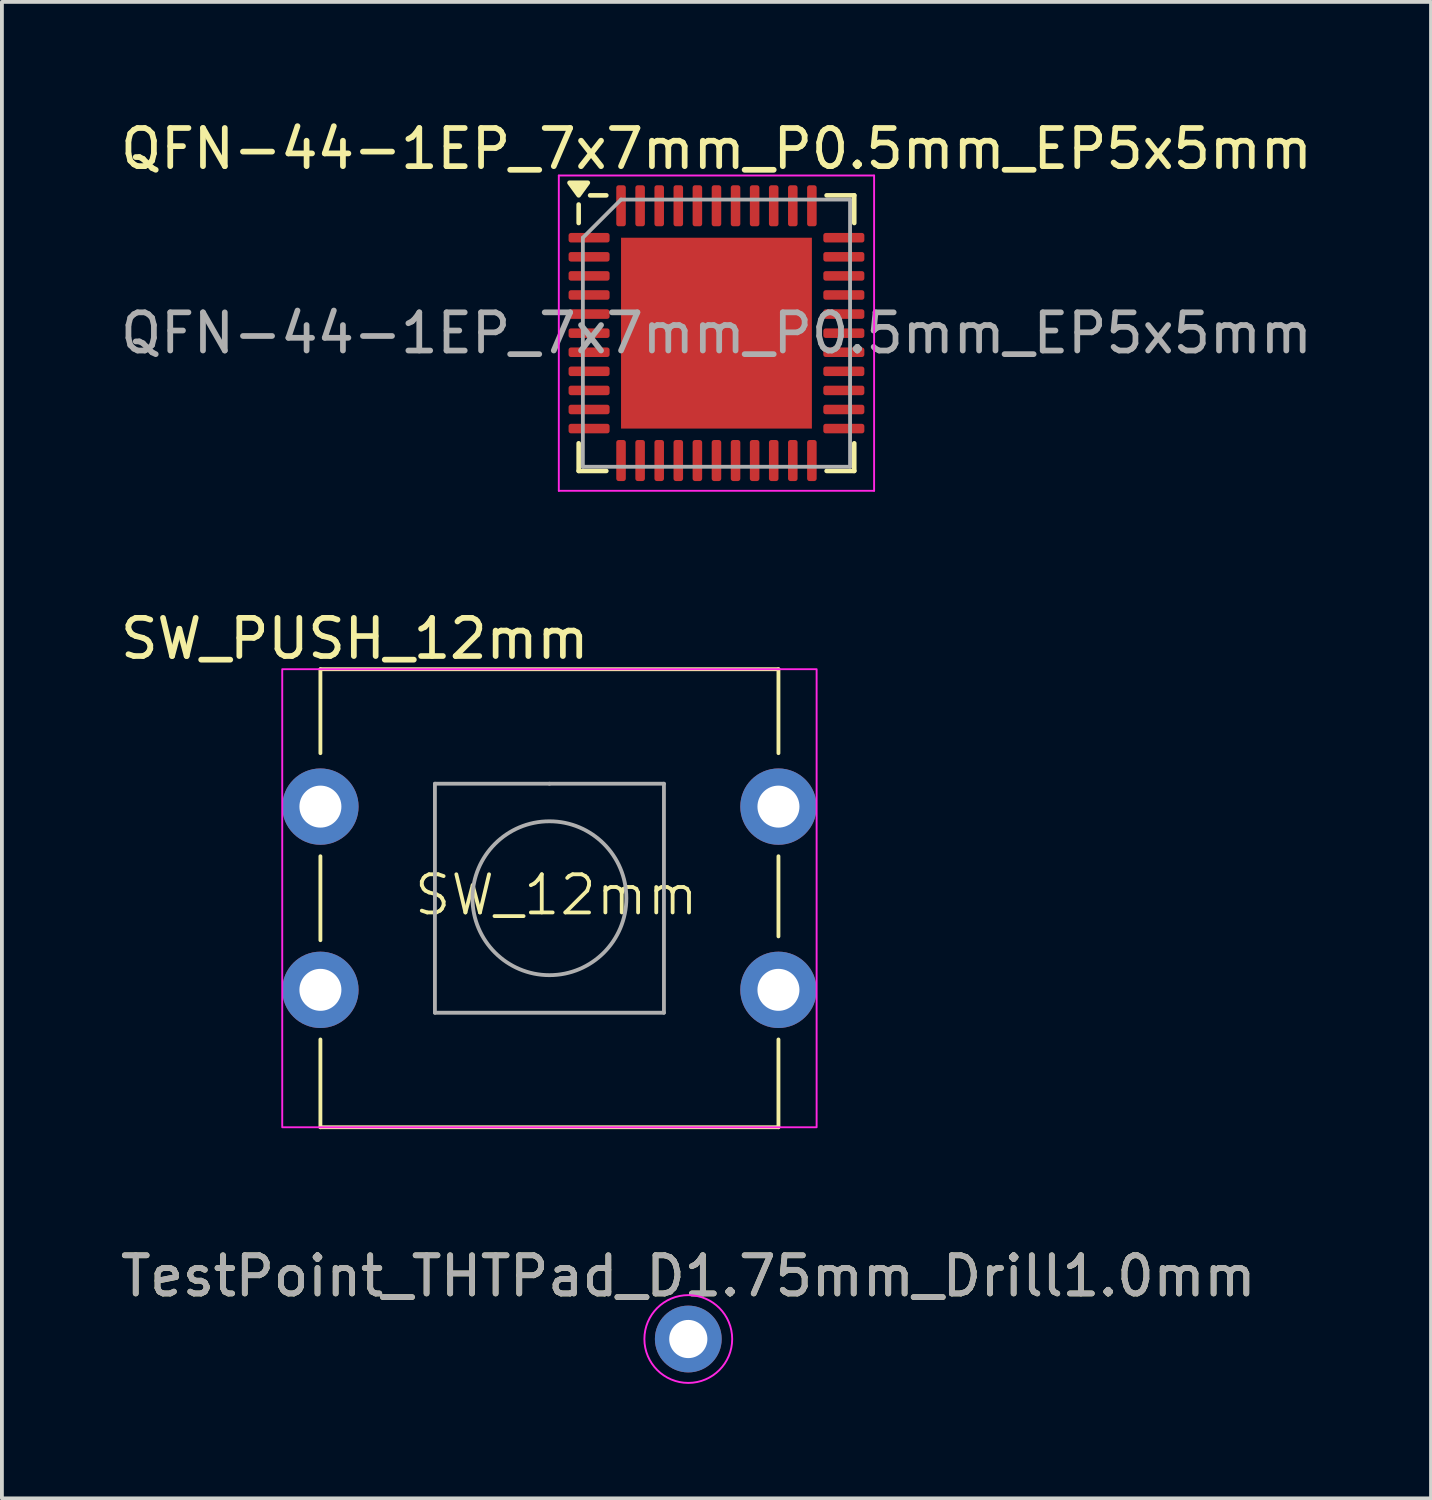
<source format=kicad_pcb>
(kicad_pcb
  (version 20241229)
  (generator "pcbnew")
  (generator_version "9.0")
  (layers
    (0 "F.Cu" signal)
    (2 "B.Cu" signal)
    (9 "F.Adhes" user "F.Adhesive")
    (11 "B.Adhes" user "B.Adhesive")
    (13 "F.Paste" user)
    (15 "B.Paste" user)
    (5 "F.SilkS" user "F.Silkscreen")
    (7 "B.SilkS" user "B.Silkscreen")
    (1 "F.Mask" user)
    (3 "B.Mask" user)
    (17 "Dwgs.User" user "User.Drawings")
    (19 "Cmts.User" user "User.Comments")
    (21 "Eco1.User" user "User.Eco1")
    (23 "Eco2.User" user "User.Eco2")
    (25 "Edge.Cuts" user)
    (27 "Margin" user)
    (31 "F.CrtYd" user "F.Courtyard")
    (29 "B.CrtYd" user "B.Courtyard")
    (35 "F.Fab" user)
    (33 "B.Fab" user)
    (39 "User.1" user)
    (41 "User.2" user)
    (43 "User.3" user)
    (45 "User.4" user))
  (footprint "TestPoint_THTPad_D1.75mm_Drill1.0mm"
    (layer "F.Cu")
    (at 14.982 32.03)
    (property "Reference" "TestPoint_THTPad_D1.75mm_Drill1.0mm" (at 0 -1.648 0) (layer "F.SilkS") (effects (font (size 1 1) (thickness 0.15))))
    (attr exclude_from_pos_files exclude_from_bom)
    (fp_circle (center 0 0) (end 1.15 0) (stroke (width 0.05) (type solid)) (fill no) (layer "F.CrtYd"))
    (fp_text user "${REFERENCE}" (at 0 -1.65 0) (layer "F.Fab") (effects (font (size 1 1) (thickness 0.15))))
    (pad "1" thru_hole circle (at 0 0) (size 1.75 1.75) (drill 1) (layers "*.Cu" "*.Mask")))
  (footprint "QFN-44-1EP_7x7mm_P0.5mm_EP5x5mm"
    (layer "F.Cu")
    (at 15.72 5.678)
    (property "Reference" "QFN-44-1EP_7x7mm_P0.5mm_EP5x5mm" (at 0 -4.83 0) (layer "F.SilkS") (effects (font (size 1 1) (thickness 0.15))))
    (attr smd)
    (fp_line (start -3.61 -2.885) (end -3.61 -3.37) (stroke (width 0.12) (type solid)) (layer "F.SilkS"))
    (fp_line (start -3.61 3.61) (end -3.61 2.885) (stroke (width 0.12) (type solid)) (layer "F.SilkS"))
    (fp_line (start -2.885 -3.61) (end -3.31 -3.61) (stroke (width 0.12) (type solid)) (layer "F.SilkS"))
    (fp_line (start -2.885 3.61) (end -3.61 3.61) (stroke (width 0.12) (type solid)) (layer "F.SilkS"))
    (fp_line (start 2.885 -3.61) (end 3.61 -3.61) (stroke (width 0.12) (type solid)) (layer "F.SilkS"))
    (fp_line (start 2.885 3.61) (end 3.61 3.61) (stroke (width 0.12) (type solid)) (layer "F.SilkS"))
    (fp_line (start 3.61 -3.61) (end 3.61 -2.885) (stroke (width 0.12) (type solid)) (layer "F.SilkS"))
    (fp_line (start 3.61 3.61) (end 3.61 2.885) (stroke (width 0.12) (type solid)) (layer "F.SilkS"))
    (fp_poly (pts (xy -3.61 -3.61) (xy -3.85 -3.94) (xy -3.37 -3.94) (xy -3.61 -3.61)) (stroke (width 0.12) (type solid)) (fill yes) (layer "F.SilkS"))
    (fp_line (start -4.13 -4.13) (end -4.13 4.13) (stroke (width 0.05) (type solid)) (layer "F.CrtYd"))
    (fp_line (start -4.13 4.13) (end 4.13 4.13) (stroke (width 0.05) (type solid)) (layer "F.CrtYd"))
    (fp_line (start 4.13 -4.13) (end -4.13 -4.13) (stroke (width 0.05) (type solid)) (layer "F.CrtYd"))
    (fp_line (start 4.13 4.13) (end 4.13 -4.13) (stroke (width 0.05) (type solid)) (layer "F.CrtYd"))
    (fp_line (start -3.5 -2.5) (end -2.5 -3.5) (stroke (width 0.1) (type solid)) (layer "F.Fab"))
    (fp_line (start -3.5 3.5) (end -3.5 -2.5) (stroke (width 0.1) (type solid)) (layer "F.Fab"))
    (fp_line (start -2.5 -3.5) (end 3.5 -3.5) (stroke (width 0.1) (type solid)) (layer "F.Fab"))
    (fp_line (start 3.5 -3.5) (end 3.5 3.5) (stroke (width 0.1) (type solid)) (layer "F.Fab"))
    (fp_line (start 3.5 3.5) (end -3.5 3.5) (stroke (width 0.1) (type solid)) (layer "F.Fab"))
    (fp_text user "${REFERENCE}" (at 0 0 0) (layer "F.Fab") (effects (font (size 1 1) (thickness 0.15))))
    (pad "1" smd roundrect (at -3.337 -2.5) (size 1.075 0.25) (layers "F.Cu" "F.Mask" "F.Paste") (roundrect_rratio 0.25))
    (pad "2" smd roundrect (at -3.337 -2) (size 1.075 0.25) (layers "F.Cu" "F.Mask" "F.Paste") (roundrect_rratio 0.25))
    (pad "3" smd roundrect (at -3.337 -1.5) (size 1.075 0.25) (layers "F.Cu" "F.Mask" "F.Paste") (roundrect_rratio 0.25))
    (pad "4" smd roundrect (at -3.337 -1) (size 1.075 0.25) (layers "F.Cu" "F.Mask" "F.Paste") (roundrect_rratio 0.25))
    (pad "5" smd roundrect (at -3.337 -0.5) (size 1.075 0.25) (layers "F.Cu" "F.Mask" "F.Paste") (roundrect_rratio 0.25))
    (pad "6" smd roundrect (at -3.337 0) (size 1.075 0.25) (layers "F.Cu" "F.Mask" "F.Paste") (roundrect_rratio 0.25))
    (pad "7" smd roundrect (at -3.337 0.5) (size 1.075 0.25) (layers "F.Cu" "F.Mask" "F.Paste") (roundrect_rratio 0.25))
    (pad "8" smd roundrect (at -3.337 1) (size 1.075 0.25) (layers "F.Cu" "F.Mask" "F.Paste") (roundrect_rratio 0.25))
    (pad "9" smd roundrect (at -3.337 1.5) (size 1.075 0.25) (layers "F.Cu" "F.Mask" "F.Paste") (roundrect_rratio 0.25))
    (pad "10" smd roundrect (at -3.337 2) (size 1.075 0.25) (layers "F.Cu" "F.Mask" "F.Paste") (roundrect_rratio 0.25))
    (pad "11" smd roundrect (at -3.337 2.5) (size 1.075 0.25) (layers "F.Cu" "F.Mask" "F.Paste") (roundrect_rratio 0.25))
    (pad "12" smd roundrect (at -2.5 3.337) (size 0.25 1.075) (layers "F.Cu" "F.Mask" "F.Paste") (roundrect_rratio 0.25))
    (pad "13" smd roundrect (at -2 3.337) (size 0.25 1.075) (layers "F.Cu" "F.Mask" "F.Paste") (roundrect_rratio 0.25))
    (pad "14" smd roundrect (at -1.5 3.337) (size 0.25 1.075) (layers "F.Cu" "F.Mask" "F.Paste") (roundrect_rratio 0.25))
    (pad "15" smd roundrect (at -1 3.337) (size 0.25 1.075) (layers "F.Cu" "F.Mask" "F.Paste") (roundrect_rratio 0.25))
    (pad "16" smd roundrect (at -0.5 3.337) (size 0.25 1.075) (layers "F.Cu" "F.Mask" "F.Paste") (roundrect_rratio 0.25))
    (pad "17" smd roundrect (at 0 3.337) (size 0.25 1.075) (layers "F.Cu" "F.Mask" "F.Paste") (roundrect_rratio 0.25))
    (pad "18" smd roundrect (at 0.5 3.337) (size 0.25 1.075) (layers "F.Cu" "F.Mask" "F.Paste") (roundrect_rratio 0.25))
    (pad "19" smd roundrect (at 1 3.337) (size 0.25 1.075) (layers "F.Cu" "F.Mask" "F.Paste") (roundrect_rratio 0.25))
    (pad "20" smd roundrect (at 1.5 3.337) (size 0.25 1.075) (layers "F.Cu" "F.Mask" "F.Paste") (roundrect_rratio 0.25))
    (pad "21" smd roundrect (at 2 3.337) (size 0.25 1.075) (layers "F.Cu" "F.Mask" "F.Paste") (roundrect_rratio 0.25))
    (pad "22" smd roundrect (at 2.5 3.337) (size 0.25 1.075) (layers "F.Cu" "F.Mask" "F.Paste") (roundrect_rratio 0.25))
    (pad "23" smd roundrect (at 3.337 2.5) (size 1.075 0.25) (layers "F.Cu" "F.Mask" "F.Paste") (roundrect_rratio 0.25))
    (pad "24" smd roundrect (at 3.337 2) (size 1.075 0.25) (layers "F.Cu" "F.Mask" "F.Paste") (roundrect_rratio 0.25))
    (pad "25" smd roundrect (at 3.337 1.5) (size 1.075 0.25) (layers "F.Cu" "F.Mask" "F.Paste") (roundrect_rratio 0.25))
    (pad "26" smd roundrect (at 3.337 1) (size 1.075 0.25) (layers "F.Cu" "F.Mask" "F.Paste") (roundrect_rratio 0.25))
    (pad "27" smd roundrect (at 3.337 0.5) (size 1.075 0.25) (layers "F.Cu" "F.Mask" "F.Paste") (roundrect_rratio 0.25))
    (pad "28" smd roundrect (at 3.337 0) (size 1.075 0.25) (layers "F.Cu" "F.Mask" "F.Paste") (roundrect_rratio 0.25))
    (pad "29" smd roundrect (at 3.337 -0.5) (size 1.075 0.25) (layers "F.Cu" "F.Mask" "F.Paste") (roundrect_rratio 0.25))
    (pad "30" smd roundrect (at 3.337 -1) (size 1.075 0.25) (layers "F.Cu" "F.Mask" "F.Paste") (roundrect_rratio 0.25))
    (pad "31" smd roundrect (at 3.337 -1.5) (size 1.075 0.25) (layers "F.Cu" "F.Mask" "F.Paste") (roundrect_rratio 0.25))
    (pad "32" smd roundrect (at 3.337 -2) (size 1.075 0.25) (layers "F.Cu" "F.Mask" "F.Paste") (roundrect_rratio 0.25))
    (pad "33" smd roundrect (at 3.337 -2.5) (size 1.075 0.25) (layers "F.Cu" "F.Mask" "F.Paste") (roundrect_rratio 0.25))
    (pad "34" smd roundrect (at 2.5 -3.337) (size 0.25 1.075) (layers "F.Cu" "F.Mask" "F.Paste") (roundrect_rratio 0.25))
    (pad "35" smd roundrect (at 2 -3.337) (size 0.25 1.075) (layers "F.Cu" "F.Mask" "F.Paste") (roundrect_rratio 0.25))
    (pad "36" smd roundrect (at 1.5 -3.337) (size 0.25 1.075) (layers "F.Cu" "F.Mask" "F.Paste") (roundrect_rratio 0.25))
    (pad "37" smd roundrect (at 1 -3.337) (size 0.25 1.075) (layers "F.Cu" "F.Mask" "F.Paste") (roundrect_rratio 0.25))
    (pad "38" smd roundrect (at 0.5 -3.337) (size 0.25 1.075) (layers "F.Cu" "F.Mask" "F.Paste") (roundrect_rratio 0.25))
    (pad "39" smd roundrect (at 0 -3.337) (size 0.25 1.075) (layers "F.Cu" "F.Mask" "F.Paste") (roundrect_rratio 0.25))
    (pad "40" smd roundrect (at -0.5 -3.337) (size 0.25 1.075) (layers "F.Cu" "F.Mask" "F.Paste") (roundrect_rratio 0.25))
    (pad "41" smd roundrect (at -1 -3.337) (size 0.25 1.075) (layers "F.Cu" "F.Mask" "F.Paste") (roundrect_rratio 0.25))
    (pad "42" smd roundrect (at -1.5 -3.337) (size 0.25 1.075) (layers "F.Cu" "F.Mask" "F.Paste") (roundrect_rratio 0.25))
    (pad "43" smd roundrect (at -2 -3.337) (size 0.25 1.075) (layers "F.Cu" "F.Mask" "F.Paste") (roundrect_rratio 0.25))
    (pad "44" smd roundrect (at -2.5 -3.337) (size 0.25 1.075) (layers "F.Cu" "F.Mask" "F.Paste") (roundrect_rratio 0.25))
    (pad "45" smd rect (at 0 0) (size 5 5) (layers "F.Cu" "F.Mask" "F.Paste")))
  (footprint "SW_PUSH_12mm"
    (layer "F.Cu")
    (at 11.344 20.482)
    (property "Reference" "SW_PUSH_12mm" (at -5.1 -6.8 0) (layer "F.SilkS") (effects (font (size 1 1) (thickness 0.15))))
    (attr through_hole)
    (fp_line (start -6 -6) (end 6 -6) (stroke (width 0.1) (type default)) (layer "F.SilkS"))
    (fp_line (start -6 -3.8) (end -6 -6) (stroke (width 0.1) (type default)) (layer "F.SilkS"))
    (fp_line (start -6 1.1) (end -6 -1.1) (stroke (width 0.1) (type default)) (layer "F.SilkS"))
    (fp_line (start -6 6) (end -6 3.7) (stroke (width 0.1) (type default)) (layer "F.SilkS"))
    (fp_line (start 6 -6) (end 6 -3.8) (stroke (width 0.1) (type default)) (layer "F.SilkS"))
    (fp_line (start 6 -1.1) (end 6 1) (stroke (width 0.1) (type default)) (layer "F.SilkS"))
    (fp_line (start 6 3.7) (end 6 6) (stroke (width 0.1) (type default)) (layer "F.SilkS"))
    (fp_line (start 6 6) (end -6 6) (stroke (width 0.1) (type default)) (layer "F.SilkS"))
    (fp_rect (start -7 -6) (end 7 6) (stroke (width 0.05) (type default)) (fill no) (layer "F.CrtYd"))
    (fp_line (start -3 -3) (end 0 -3) (stroke (width 0.1) (type solid)) (layer "F.Fab"))
    (fp_line (start -3 3) (end -3 -3) (stroke (width 0.1) (type solid)) (layer "F.Fab"))
    (fp_line (start 0 -3) (end 3 -3) (stroke (width 0.1) (type solid)) (layer "F.Fab"))
    (fp_line (start 3 -3) (end 3 3) (stroke (width 0.1) (type solid)) (layer "F.Fab"))
    (fp_line (start 3 3) (end -3 3) (stroke (width 0.1) (type solid)) (layer "F.Fab"))
    (fp_circle (center 0 0) (end -2 0.25) (stroke (width 0.1) (type solid)) (fill no) (layer "F.Fab"))
    (fp_text user "SW_12mm" (at -3.6 0.5 0) (unlocked yes) (layer "F.SilkS") (effects (font (size 1 1) (thickness 0.1)) (justify left bottom)))
    (pad "1" thru_hole circle (at -6 -2.4 90) (size 2 2) (drill 1.1) (layers "*.Cu" "*.Mask"))
    (pad "1" thru_hole circle (at 6 -2.4 90) (size 2 2) (drill 1.1) (layers "*.Cu" "*.Mask"))
    (pad "2" thru_hole circle (at -6 2.4 90) (size 2 2) (drill 1.1) (layers "*.Cu" "*.Mask"))
    (pad "2" thru_hole circle (at 6 2.4 90) (size 2 2) (drill 1.1) (layers "*.Cu" "*.Mask")))
  (gr_rect
    (start -3 -3)
    (end 34.44 36.205)
    (stroke (width 0.1) (type default))
    (fill no)
    (layer "Edge.Cuts")))
</source>
